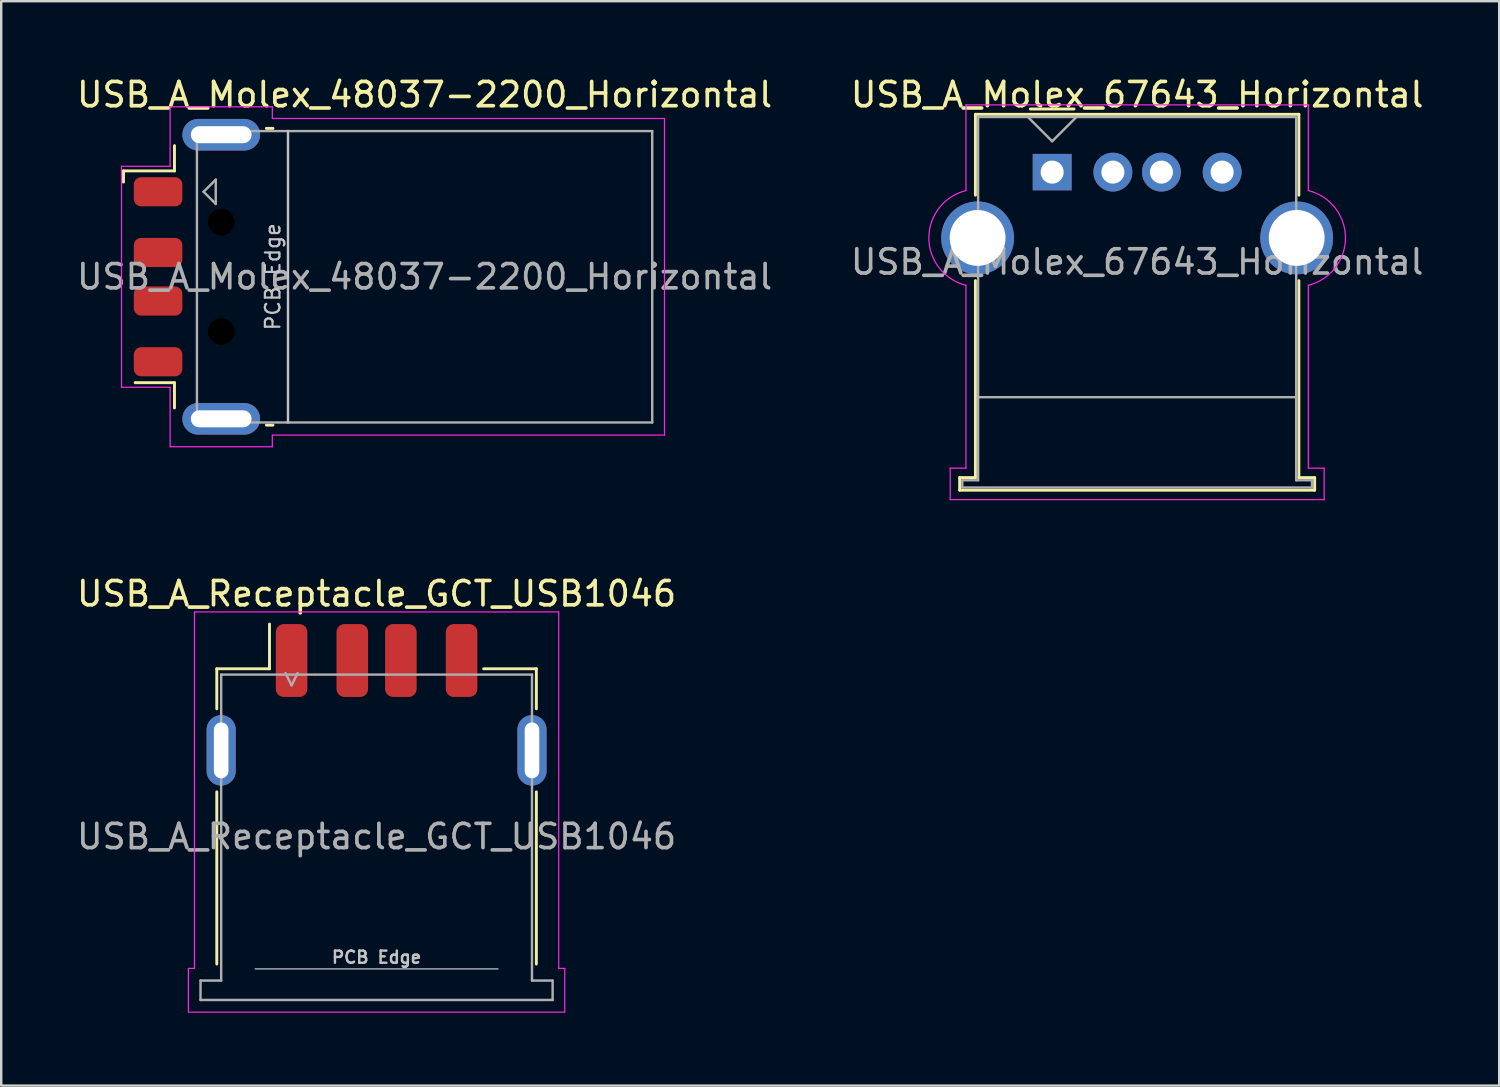
<source format=kicad_pcb>
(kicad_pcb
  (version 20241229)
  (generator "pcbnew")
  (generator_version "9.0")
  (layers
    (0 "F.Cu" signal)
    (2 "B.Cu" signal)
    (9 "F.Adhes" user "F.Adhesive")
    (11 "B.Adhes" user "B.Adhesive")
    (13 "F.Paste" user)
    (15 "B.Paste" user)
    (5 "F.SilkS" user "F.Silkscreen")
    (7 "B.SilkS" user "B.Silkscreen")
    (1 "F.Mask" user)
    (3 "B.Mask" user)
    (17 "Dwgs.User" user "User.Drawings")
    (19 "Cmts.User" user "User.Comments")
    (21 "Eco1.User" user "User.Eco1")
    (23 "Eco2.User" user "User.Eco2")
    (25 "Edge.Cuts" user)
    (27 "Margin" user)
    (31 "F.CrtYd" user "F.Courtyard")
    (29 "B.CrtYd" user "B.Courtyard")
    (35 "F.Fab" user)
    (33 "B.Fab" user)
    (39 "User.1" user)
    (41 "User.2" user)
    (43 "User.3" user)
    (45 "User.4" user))
  (footprint "USB_A_Receptacle_GCT_USB1046"
    (layer "F.Cu")
    (at 12.458 31.401)
    (property "Reference" "USB_A_Receptacle_GCT_USB1046" (at 0 -10 0) (layer "F.SilkS") (effects (font (size 1 1) (thickness 0.15))))
    (attr smd)
    (fp_line (start -6.58 -6.91) (end -6.58 -5.26) (stroke (width 0.12) (type default)) (layer "F.SilkS"))
    (fp_line (start -6.58 -1.84) (end -6.58 5.25) (stroke (width 0.12) (type default)) (layer "F.SilkS"))
    (fp_line (start -4.41 -6.91) (end -6.58 -6.91) (stroke (width 0.12) (type default)) (layer "F.SilkS"))
    (fp_line (start -4.41 -6.91) (end -4.41 -8.75) (stroke (width 0.12) (type default)) (layer "F.SilkS"))
    (fp_line (start 4.41 -6.91) (end 6.58 -6.91) (stroke (width 0.12) (type default)) (layer "F.SilkS"))
    (fp_line (start 6.58 -6.91) (end 6.58 -5.26) (stroke (width 0.12) (type default)) (layer "F.SilkS"))
    (fp_line (start 6.58 -1.84) (end 6.58 5.25) (stroke (width 0.12) (type default)) (layer "F.SilkS"))
    (fp_line (start -5 5.45) (end 5 5.45) (stroke (width 0.05) (type default)) (layer "Dwgs.User"))
    (fp_line (start -7.75 5.43) (end -7.75 7.23) (stroke (width 0.05) (type default)) (layer "F.CrtYd"))
    (fp_line (start -7.75 7.23) (end 7.75 7.23) (stroke (width 0.05) (type solid)) (layer "F.CrtYd"))
    (fp_line (start -7.5 -9.25) (end 7.5 -9.25) (stroke (width 0.05) (type solid)) (layer "F.CrtYd"))
    (fp_line (start -7.5 5.43) (end -7.75 5.43) (stroke (width 0.05) (type default)) (layer "F.CrtYd"))
    (fp_line (start -7.5 5.43) (end -7.5 -9.25) (stroke (width 0.05) (type solid)) (layer "F.CrtYd"))
    (fp_line (start 7.5 5.43) (end 7.5 -9.25) (stroke (width 0.05) (type solid)) (layer "F.CrtYd"))
    (fp_line (start 7.5 5.43) (end 7.75 5.43) (stroke (width 0.05) (type default)) (layer "F.CrtYd"))
    (fp_line (start 7.75 5.43) (end 7.75 7.23) (stroke (width 0.05) (type default)) (layer "F.CrtYd"))
    (fp_line (start -7.25 5.93) (end -7.25 6.73) (stroke (width 0.1) (type default)) (layer "F.Fab"))
    (fp_line (start -7.25 6.73) (end 7.25 6.73) (stroke (width 0.1) (type default)) (layer "F.Fab"))
    (fp_line (start -6.4 -6.67) (end -6.4 5.93) (stroke (width 0.1) (type default)) (layer "F.Fab"))
    (fp_line (start -6.4 5.93) (end -7.25 5.93) (stroke (width 0.1) (type default)) (layer "F.Fab"))
    (fp_line (start -3.75 -6.73) (end -3.5 -6.23) (stroke (width 0.1) (type default)) (layer "F.Fab"))
    (fp_line (start -3.5 -6.23) (end -3.25 -6.73) (stroke (width 0.1) (type default)) (layer "F.Fab"))
    (fp_line (start 6.4 -6.67) (end -6.4 -6.67) (stroke (width 0.1) (type default)) (layer "F.Fab"))
    (fp_line (start 6.4 5.93) (end 6.4 -6.67) (stroke (width 0.1) (type default)) (layer "F.Fab"))
    (fp_line (start 7.25 5.93) (end 6.4 5.93) (stroke (width 0.1) (type default)) (layer "F.Fab"))
    (fp_line (start 7.25 6.73) (end 7.25 5.93) (stroke (width 0.1) (type default)) (layer "F.Fab"))
    (fp_text user "PCB Edge" (at 0 4.97 0) (layer "Dwgs.User") (effects (font (size 0.5 0.5) (thickness 0.1))))
    (fp_text user "${REFERENCE}" (at 0 0 0) (unlocked yes) (layer "F.Fab") (effects (font (size 1 1) (thickness 0.15))))
    (pad "" smd oval (at -6.4 -3.55) (size 1.2 2.9) (layers "F.Paste"))
    (pad "" smd oval (at 6.4 -3.55) (size 1.2 2.9) (layers "F.Paste"))
    (pad "1" smd roundrect (at -3.5 -7.25) (size 1.3 3) (layers "F.Cu" "F.Mask" "F.Paste") (roundrect_rratio 0.25))
    (pad "2" smd roundrect (at -1 -7.25) (size 1.3 3) (layers "F.Cu" "F.Mask" "F.Paste") (roundrect_rratio 0.25))
    (pad "3" smd roundrect (at 1 -7.25) (size 1.3 3) (layers "F.Cu" "F.Mask" "F.Paste") (roundrect_rratio 0.25))
    (pad "4" smd roundrect (at 3.5 -7.25) (size 1.3 3) (layers "F.Cu" "F.Mask" "F.Paste") (roundrect_rratio 0.25))
    (pad "5" thru_hole oval (at -6.4 -3.55) (size 1.2 2.9) (drill oval 0.6 2.3) (layers "*.Cu" "*.Mask"))
    (pad "5" thru_hole oval (at 6.4 -3.55) (size 1.2 2.9) (drill oval 0.6 2.3) (layers "*.Cu" "*.Mask")))
  (footprint "USB_A_Molex_67643_Horizontal"
    (layer "F.Cu")
    (at 40.28 4.038)
    (property "Reference" "USB_A_Molex_67643_Horizontal" (at 3.5 -3.19 0) (layer "F.SilkS") (effects (font (size 1 1) (thickness 0.15))))
    (attr through_hole)
    (fp_line (start -3.81 12.58) (end -3.81 13.1) (stroke (width 0.12) (type solid)) (layer "F.SilkS"))
    (fp_line (start -3.81 13.1) (end 10.81 13.1) (stroke (width 0.12) (type solid)) (layer "F.SilkS"))
    (fp_line (start -3.16 -2.38) (end -3.16 0.95) (stroke (width 0.12) (type solid)) (layer "F.SilkS"))
    (fp_line (start -3.16 -2.38) (end 10.16 -2.38) (stroke (width 0.12) (type solid)) (layer "F.SilkS"))
    (fp_line (start -3.16 12.58) (end -3.81 12.58) (stroke (width 0.12) (type solid)) (layer "F.SilkS"))
    (fp_line (start -3.16 12.58) (end -3.16 4.47) (stroke (width 0.12) (type solid)) (layer "F.SilkS"))
    (fp_line (start -0.9 -2.6) (end 0.9 -2.6) (stroke (width 0.12) (type solid)) (layer "F.SilkS"))
    (fp_line (start 10.16 -2.38) (end 10.16 0.95) (stroke (width 0.12) (type solid)) (layer "F.SilkS"))
    (fp_line (start 10.16 4.47) (end 10.16 12.58) (stroke (width 0.12) (type solid)) (layer "F.SilkS"))
    (fp_line (start 10.81 12.58) (end 10.16 12.58) (stroke (width 0.12) (type solid)) (layer "F.SilkS"))
    (fp_line (start 10.81 13.1) (end 10.81 12.58) (stroke (width 0.12) (type solid)) (layer "F.SilkS"))
    (fp_line (start -4.2 12.19) (end -3.55 12.19) (stroke (width 0.05) (type solid)) (layer "F.CrtYd"))
    (fp_line (start -4.2 13.49) (end -4.2 12.19) (stroke (width 0.05) (type solid)) (layer "F.CrtYd"))
    (fp_line (start -4.2 13.49) (end 11.2 13.49) (stroke (width 0.05) (type solid)) (layer "F.CrtYd"))
    (fp_line (start -3.55 -2.77) (end -3.55 0.76) (stroke (width 0.05) (type solid)) (layer "F.CrtYd"))
    (fp_line (start -3.55 -2.77) (end 10.55 -2.77) (stroke (width 0.05) (type solid)) (layer "F.CrtYd"))
    (fp_line (start -3.55 12.19) (end -3.55 4.66) (stroke (width 0.05) (type solid)) (layer "F.CrtYd"))
    (fp_line (start 10.55 -2.77) (end 10.55 0.76) (stroke (width 0.05) (type solid)) (layer "F.CrtYd"))
    (fp_line (start 10.55 12.19) (end 10.55 4.66) (stroke (width 0.05) (type solid)) (layer "F.CrtYd"))
    (fp_line (start 11.2 12.19) (end 10.55 12.19) (stroke (width 0.05) (type solid)) (layer "F.CrtYd"))
    (fp_line (start 11.2 13.49) (end 11.2 12.19) (stroke (width 0.05) (type solid)) (layer "F.CrtYd"))
    (fp_arc (start -3.55 4.66) (mid -5.078208 2.71) (end -3.55 0.76) (stroke (width 0.05) (type solid)) (layer "F.CrtYd"))
    (fp_arc (start 10.55 0.76) (mid 12.078208 2.71) (end 10.55 4.66) (stroke (width 0.05) (type solid)) (layer "F.CrtYd"))
    (fp_line (start -3.7 12.69) (end -3.7 12.99) (stroke (width 0.1) (type solid)) (layer "F.Fab"))
    (fp_line (start -3.7 12.99) (end 10.7 12.99) (stroke (width 0.1) (type solid)) (layer "F.Fab"))
    (fp_line (start -3.05 -2.27) (end 10.05 -2.27) (stroke (width 0.1) (type solid)) (layer "F.Fab"))
    (fp_line (start -3.05 9.27) (end 10.05 9.27) (stroke (width 0.1) (type solid)) (layer "F.Fab"))
    (fp_line (start -3.05 12.69) (end -3.7 12.69) (stroke (width 0.1) (type solid)) (layer "F.Fab"))
    (fp_line (start -3.05 12.69) (end -3.05 -2.27) (stroke (width 0.1) (type solid)) (layer "F.Fab"))
    (fp_line (start -1 -2.27) (end 0 -1.27) (stroke (width 0.1) (type solid)) (layer "F.Fab"))
    (fp_line (start 0 -1.27) (end 1 -2.27) (stroke (width 0.1) (type solid)) (layer "F.Fab"))
    (fp_line (start 10.05 -2.27) (end 10.05 12.69) (stroke (width 0.1) (type solid)) (layer "F.Fab"))
    (fp_line (start 10.7 12.69) (end 10.05 12.69) (stroke (width 0.1) (type solid)) (layer "F.Fab"))
    (fp_line (start 10.7 12.99) (end 10.7 12.69) (stroke (width 0.1) (type solid)) (layer "F.Fab"))
    (fp_text user "${REFERENCE}" (at 3.5 3.7 0) (layer "F.Fab") (effects (font (size 1 1) (thickness 0.15))))
    (pad "1" thru_hole rect (at 0 0) (size 1.6 1.5) (drill 0.95) (layers "*.Cu" "*.Mask"))
    (pad "2" thru_hole circle (at 2.5 0) (size 1.6 1.6) (drill 0.95) (layers "*.Cu" "*.Mask"))
    (pad "3" thru_hole circle (at 4.5 0) (size 1.6 1.6) (drill 0.95) (layers "*.Cu" "*.Mask"))
    (pad "4" thru_hole circle (at 7 0) (size 1.6 1.6) (drill 0.95) (layers "*.Cu" "*.Mask"))
    (pad "5" thru_hole circle (at -3.07 2.71) (size 3 3) (drill 2.3) (layers "*.Cu" "*.Mask"))
    (pad "5" thru_hole circle (at 10.07 2.71) (size 3 3) (drill 2.3) (layers "*.Cu" "*.Mask")))
  (footprint "USB_A_Molex_48037-2200_Horizontal"
    (layer "F.Cu")
    (at 14.435 8.348)
    (property "Reference" "USB_A_Molex_48037-2200_Horizontal" (at 0 -7.5 0) (layer "F.SilkS") (effects (font (size 1 1) (thickness 0.15))))
    (attr smd)
    (fp_line (start -12.4 -4.36) (end -12.4 -3.9) (stroke (width 0.12) (type default)) (layer "F.SilkS"))
    (fp_line (start -12.4 -4.36) (end -10.3 -4.36) (stroke (width 0.12) (type default)) (layer "F.SilkS"))
    (fp_line (start -11.92 4.36) (end -10.3 4.36) (stroke (width 0.12) (type default)) (layer "F.SilkS"))
    (fp_line (start -10.3 -5.4) (end -10.3 -4.36) (stroke (width 0.12) (type default)) (layer "F.SilkS"))
    (fp_line (start -10.3 4.36) (end -10.3 5.4) (stroke (width 0.12) (type default)) (layer "F.SilkS"))
    (fp_line (start -6.515 -6.11) (end -6.245 -6.11) (stroke (width 0.12) (type solid)) (layer "F.SilkS"))
    (fp_line (start -6.515 6.11) (end -6.245 6.11) (stroke (width 0.12) (type solid)) (layer "F.SilkS"))
    (fp_line (start -5.625 -6) (end -5.625 6) (stroke (width 0.1) (type solid)) (layer "Dwgs.User"))
    (fp_line (start -12.48 -4.55) (end -10.48 -4.55) (stroke (width 0.05) (type solid)) (layer "F.CrtYd"))
    (fp_line (start -12.48 4.55) (end -12.48 -4.55) (stroke (width 0.05) (type solid)) (layer "F.CrtYd"))
    (fp_line (start -12.48 4.55) (end -10.48 4.55) (stroke (width 0.05) (type solid)) (layer "F.CrtYd"))
    (fp_line (start -10.48 -7) (end -10.48 -4.55) (stroke (width 0.05) (type solid)) (layer "F.CrtYd"))
    (fp_line (start -10.48 -7) (end -6.27 -7) (stroke (width 0.05) (type solid)) (layer "F.CrtYd"))
    (fp_line (start -10.48 4.55) (end -10.48 7) (stroke (width 0.05) (type solid)) (layer "F.CrtYd"))
    (fp_line (start -10.48 7) (end -6.27 7) (stroke (width 0.05) (type solid)) (layer "F.CrtYd"))
    (fp_line (start -6.27 -6.52) (end -6.27 -7) (stroke (width 0.05) (type solid)) (layer "F.CrtYd"))
    (fp_line (start -6.27 -6.52) (end 9.88 -6.52) (stroke (width 0.05) (type solid)) (layer "F.CrtYd"))
    (fp_line (start -6.27 6.52) (end 9.88 6.52) (stroke (width 0.05) (type solid)) (layer "F.CrtYd"))
    (fp_line (start -6.27 7) (end -6.27 6.52) (stroke (width 0.05) (type solid)) (layer "F.CrtYd"))
    (fp_line (start 9.88 6.52) (end 9.88 -6.52) (stroke (width 0.05) (type solid)) (layer "F.CrtYd"))
    (fp_line (start -9.375 -6) (end -9.375 6) (stroke (width 0.1) (type solid)) (layer "F.Fab"))
    (fp_line (start -9.375 -6) (end 9.375 -6) (stroke (width 0.1) (type solid)) (layer "F.Fab"))
    (fp_line (start -9.375 6) (end 9.375 6) (stroke (width 0.1) (type solid)) (layer "F.Fab"))
    (fp_line (start -9.1 -3.5) (end -8.6 -4) (stroke (width 0.1) (type solid)) (layer "F.Fab"))
    (fp_line (start -9.1 -3.5) (end -8.6 -3) (stroke (width 0.1) (type solid)) (layer "F.Fab"))
    (fp_line (start -8.6 -4) (end -8.6 -3) (stroke (width 0.1) (type solid)) (layer "F.Fab"))
    (fp_line (start 9.375 -6) (end 9.375 6) (stroke (width 0.1) (type solid)) (layer "F.Fab"))
    (fp_text user "PCB Edge" (at -6.25 0 90) (layer "Dwgs.User") (effects (font (size 0.6 0.6) (thickness 0.09))))
    (fp_text user "${REFERENCE}" (at 0 0 180) (layer "F.Fab") (effects (font (size 1 1) (thickness 0.15))))
    (pad "" np_thru_hole circle (at -8.375 -2.25) (size 1.1 1.1) (drill 1.1) (layers "*.Mask"))
    (pad "" np_thru_hole circle (at -8.375 2.25) (size 1.1 1.1) (drill 1.1) (layers "*.Mask"))
    (pad "1" smd roundrect (at -10.975 -3.5) (size 2 1.2) (layers "F.Cu" "F.Mask" "F.Paste") (roundrect_rratio 0.25))
    (pad "2" smd roundrect (at -10.975 -1) (size 2 1.2) (layers "F.Cu" "F.Mask" "F.Paste") (roundrect_rratio 0.25))
    (pad "3" smd roundrect (at -10.975 1) (size 2 1.2) (layers "F.Cu" "F.Mask" "F.Paste") (roundrect_rratio 0.25))
    (pad "4" smd roundrect (at -10.975 3.5) (size 2 1.2) (layers "F.Cu" "F.Mask" "F.Paste") (roundrect_rratio 0.25))
    (pad "5" thru_hole oval (at -8.375 -5.85) (size 3.2 1.3) (drill oval 2.5 0.7) (layers "*.Cu" "*.Mask"))
    (pad "5" thru_hole oval (at -8.375 5.85) (size 3.2 1.3) (drill oval 2.5 0.7) (layers "*.Cu" "*.Mask")))
  (gr_rect
    (start -3 -3)
    (end 58.69 41.657)
    (stroke (width 0.1) (type default))
    (fill no)
    (layer "Edge.Cuts")))
</source>
